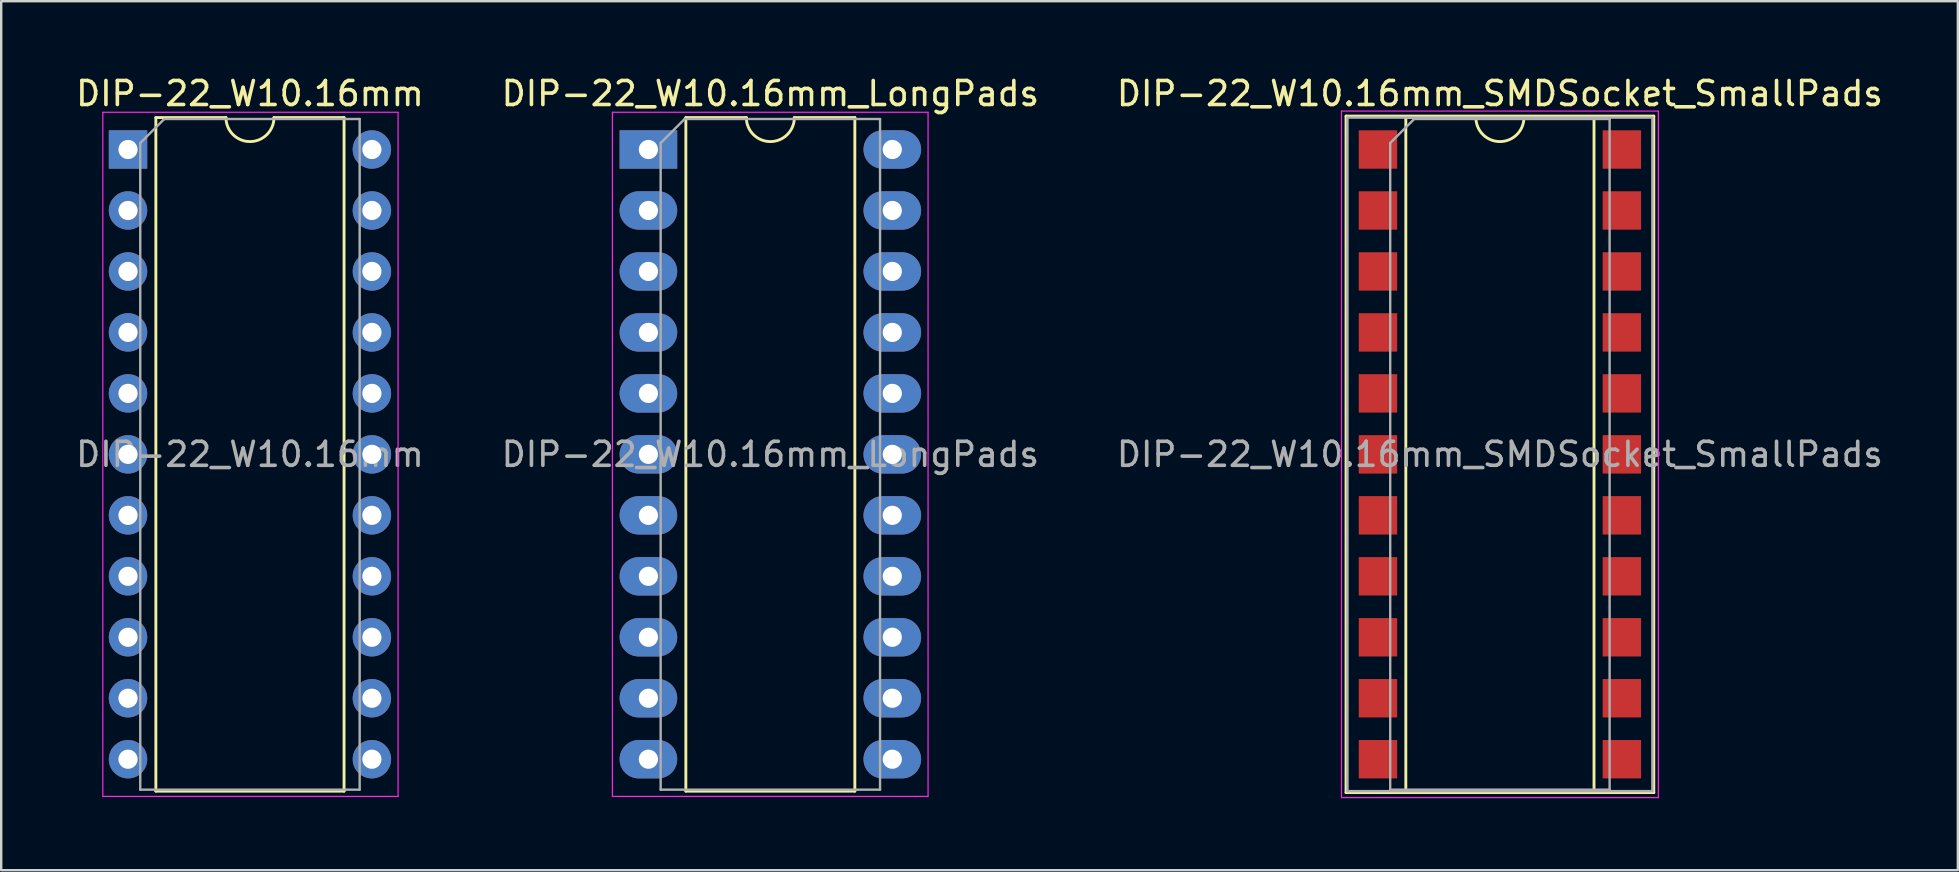
<source format=kicad_pcb>
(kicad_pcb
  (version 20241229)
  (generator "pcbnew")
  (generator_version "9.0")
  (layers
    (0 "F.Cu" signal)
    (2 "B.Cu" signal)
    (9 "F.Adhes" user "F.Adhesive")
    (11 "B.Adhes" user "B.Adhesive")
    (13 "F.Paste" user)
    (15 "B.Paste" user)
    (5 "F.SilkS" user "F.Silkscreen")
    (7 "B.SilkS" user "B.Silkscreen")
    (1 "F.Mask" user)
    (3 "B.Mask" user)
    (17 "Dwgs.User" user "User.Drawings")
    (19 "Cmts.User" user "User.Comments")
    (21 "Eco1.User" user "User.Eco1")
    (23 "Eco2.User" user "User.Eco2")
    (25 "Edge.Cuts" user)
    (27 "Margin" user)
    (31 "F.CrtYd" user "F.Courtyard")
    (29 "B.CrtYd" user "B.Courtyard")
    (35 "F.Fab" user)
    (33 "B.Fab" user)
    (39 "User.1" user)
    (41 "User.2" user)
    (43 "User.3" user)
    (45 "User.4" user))
  (footprint "DIP-22_W10.16mm_SMDSocket_SmallPads"
    (layer "F.Cu")
    (at 59.435 15.878)
    (property "Reference" "DIP-22_W10.16mm_SMDSocket_SmallPads" (at 0 -15.03 0) (layer "F.SilkS") (effects (font (size 1 1) (thickness 0.15))))
    (attr smd)
    (fp_line (start -6.41 -14.09) (end -6.41 14.09) (stroke (width 0.12) (type solid)) (layer "F.SilkS"))
    (fp_line (start -6.41 14.09) (end 6.41 14.09) (stroke (width 0.12) (type solid)) (layer "F.SilkS"))
    (fp_line (start -3.92 -14.03) (end -3.92 14.03) (stroke (width 0.12) (type solid)) (layer "F.SilkS"))
    (fp_line (start -3.92 14.03) (end 3.92 14.03) (stroke (width 0.12) (type solid)) (layer "F.SilkS"))
    (fp_line (start -1 -14.03) (end -3.92 -14.03) (stroke (width 0.12) (type solid)) (layer "F.SilkS"))
    (fp_line (start 3.92 -14.03) (end 1 -14.03) (stroke (width 0.12) (type solid)) (layer "F.SilkS"))
    (fp_line (start 3.92 14.03) (end 3.92 -14.03) (stroke (width 0.12) (type solid)) (layer "F.SilkS"))
    (fp_line (start 6.41 -14.09) (end -6.41 -14.09) (stroke (width 0.12) (type solid)) (layer "F.SilkS"))
    (fp_line (start 6.41 14.09) (end 6.41 -14.09) (stroke (width 0.12) (type solid)) (layer "F.SilkS"))
    (fp_arc (start 1 -14.03) (mid 0 -13.03) (end -1 -14.03) (stroke (width 0.12) (type solid)) (layer "F.SilkS"))
    (fp_line (start -6.6 -14.3) (end -6.6 14.3) (stroke (width 0.05) (type solid)) (layer "F.CrtYd"))
    (fp_line (start -6.6 14.3) (end 6.6 14.3) (stroke (width 0.05) (type solid)) (layer "F.CrtYd"))
    (fp_line (start 6.6 -14.3) (end -6.6 -14.3) (stroke (width 0.05) (type solid)) (layer "F.CrtYd"))
    (fp_line (start 6.6 14.3) (end 6.6 -14.3) (stroke (width 0.05) (type solid)) (layer "F.CrtYd"))
    (fp_line (start -6.35 -14.03) (end -6.35 14.03) (stroke (width 0.1) (type solid)) (layer "F.Fab"))
    (fp_line (start -6.35 14.03) (end 6.35 14.03) (stroke (width 0.1) (type solid)) (layer "F.Fab"))
    (fp_line (start -4.57 -12.97) (end -3.57 -13.97) (stroke (width 0.1) (type solid)) (layer "F.Fab"))
    (fp_line (start -4.57 13.97) (end -4.57 -12.97) (stroke (width 0.1) (type solid)) (layer "F.Fab"))
    (fp_line (start -3.57 -13.97) (end 4.57 -13.97) (stroke (width 0.1) (type solid)) (layer "F.Fab"))
    (fp_line (start 4.57 -13.97) (end 4.57 13.97) (stroke (width 0.1) (type solid)) (layer "F.Fab"))
    (fp_line (start 4.57 13.97) (end -4.57 13.97) (stroke (width 0.1) (type solid)) (layer "F.Fab"))
    (fp_line (start 6.35 -14.03) (end -6.35 -14.03) (stroke (width 0.1) (type solid)) (layer "F.Fab"))
    (fp_line (start 6.35 14.03) (end 6.35 -14.03) (stroke (width 0.1) (type solid)) (layer "F.Fab"))
    (fp_text user "${REFERENCE}" (at 0 0 0) (layer "F.Fab") (effects (font (size 1 1) (thickness 0.15))))
    (pad "1" smd rect (at -5.08 -12.7) (size 1.6 1.6) (layers "F.Cu" "F.Mask" "F.Paste"))
    (pad "2" smd rect (at -5.08 -10.16) (size 1.6 1.6) (layers "F.Cu" "F.Mask" "F.Paste"))
    (pad "3" smd rect (at -5.08 -7.62) (size 1.6 1.6) (layers "F.Cu" "F.Mask" "F.Paste"))
    (pad "4" smd rect (at -5.08 -5.08) (size 1.6 1.6) (layers "F.Cu" "F.Mask" "F.Paste"))
    (pad "5" smd rect (at -5.08 -2.54) (size 1.6 1.6) (layers "F.Cu" "F.Mask" "F.Paste"))
    (pad "6" smd rect (at -5.08 0) (size 1.6 1.6) (layers "F.Cu" "F.Mask" "F.Paste"))
    (pad "7" smd rect (at -5.08 2.54) (size 1.6 1.6) (layers "F.Cu" "F.Mask" "F.Paste"))
    (pad "8" smd rect (at -5.08 5.08) (size 1.6 1.6) (layers "F.Cu" "F.Mask" "F.Paste"))
    (pad "9" smd rect (at -5.08 7.62) (size 1.6 1.6) (layers "F.Cu" "F.Mask" "F.Paste"))
    (pad "10" smd rect (at -5.08 10.16) (size 1.6 1.6) (layers "F.Cu" "F.Mask" "F.Paste"))
    (pad "11" smd rect (at -5.08 12.7) (size 1.6 1.6) (layers "F.Cu" "F.Mask" "F.Paste"))
    (pad "12" smd rect (at 5.08 12.7) (size 1.6 1.6) (layers "F.Cu" "F.Mask" "F.Paste"))
    (pad "13" smd rect (at 5.08 10.16) (size 1.6 1.6) (layers "F.Cu" "F.Mask" "F.Paste"))
    (pad "14" smd rect (at 5.08 7.62) (size 1.6 1.6) (layers "F.Cu" "F.Mask" "F.Paste"))
    (pad "15" smd rect (at 5.08 5.08) (size 1.6 1.6) (layers "F.Cu" "F.Mask" "F.Paste"))
    (pad "16" smd rect (at 5.08 2.54) (size 1.6 1.6) (layers "F.Cu" "F.Mask" "F.Paste"))
    (pad "17" smd rect (at 5.08 0) (size 1.6 1.6) (layers "F.Cu" "F.Mask" "F.Paste"))
    (pad "18" smd rect (at 5.08 -2.54) (size 1.6 1.6) (layers "F.Cu" "F.Mask" "F.Paste"))
    (pad "19" smd rect (at 5.08 -5.08) (size 1.6 1.6) (layers "F.Cu" "F.Mask" "F.Paste"))
    (pad "20" smd rect (at 5.08 -7.62) (size 1.6 1.6) (layers "F.Cu" "F.Mask" "F.Paste"))
    (pad "21" smd rect (at 5.08 -10.16) (size 1.6 1.6) (layers "F.Cu" "F.Mask" "F.Paste"))
    (pad "22" smd rect (at 5.08 -12.7) (size 1.6 1.6) (layers "F.Cu" "F.Mask" "F.Paste")))
  (footprint "DIP-22_W10.16mm_LongPads"
    (layer "F.Cu")
    (at 23.962 3.178)
    (property "Reference" "DIP-22_W10.16mm_LongPads" (at 5.08 -2.33 0) (layer "F.SilkS") (effects (font (size 1 1) (thickness 0.15))))
    (attr through_hole)
    (fp_line (start 1.56 -1.33) (end 1.56 26.73) (stroke (width 0.12) (type solid)) (layer "F.SilkS"))
    (fp_line (start 1.56 26.73) (end 8.6 26.73) (stroke (width 0.12) (type solid)) (layer "F.SilkS"))
    (fp_line (start 4.08 -1.33) (end 1.56 -1.33) (stroke (width 0.12) (type solid)) (layer "F.SilkS"))
    (fp_line (start 8.6 -1.33) (end 6.08 -1.33) (stroke (width 0.12) (type solid)) (layer "F.SilkS"))
    (fp_line (start 8.6 26.73) (end 8.6 -1.33) (stroke (width 0.12) (type solid)) (layer "F.SilkS"))
    (fp_arc (start 6.08 -1.33) (mid 5.08 -0.33) (end 4.08 -1.33) (stroke (width 0.12) (type solid)) (layer "F.SilkS"))
    (fp_line (start -1.5 -1.55) (end -1.5 26.95) (stroke (width 0.05) (type solid)) (layer "F.CrtYd"))
    (fp_line (start -1.5 26.95) (end 11.65 26.95) (stroke (width 0.05) (type solid)) (layer "F.CrtYd"))
    (fp_line (start 11.65 -1.55) (end -1.5 -1.55) (stroke (width 0.05) (type solid)) (layer "F.CrtYd"))
    (fp_line (start 11.65 26.95) (end 11.65 -1.55) (stroke (width 0.05) (type solid)) (layer "F.CrtYd"))
    (fp_line (start 0.51 -0.27) (end 1.51 -1.27) (stroke (width 0.1) (type solid)) (layer "F.Fab"))
    (fp_line (start 0.51 26.67) (end 0.51 -0.27) (stroke (width 0.1) (type solid)) (layer "F.Fab"))
    (fp_line (start 1.51 -1.27) (end 9.65 -1.27) (stroke (width 0.1) (type solid)) (layer "F.Fab"))
    (fp_line (start 9.65 -1.27) (end 9.65 26.67) (stroke (width 0.1) (type solid)) (layer "F.Fab"))
    (fp_line (start 9.65 26.67) (end 0.51 26.67) (stroke (width 0.1) (type solid)) (layer "F.Fab"))
    (fp_text user "${REFERENCE}" (at 5.08 12.7 0) (layer "F.Fab") (effects (font (size 1 1) (thickness 0.15))))
    (pad "1" thru_hole rect (at 0 0) (size 2.4 1.6) (drill 0.8) (layers "*.Cu" "*.Mask"))
    (pad "2" thru_hole oval (at 0 2.54) (size 2.4 1.6) (drill 0.8) (layers "*.Cu" "*.Mask"))
    (pad "3" thru_hole oval (at 0 5.08) (size 2.4 1.6) (drill 0.8) (layers "*.Cu" "*.Mask"))
    (pad "4" thru_hole oval (at 0 7.62) (size 2.4 1.6) (drill 0.8) (layers "*.Cu" "*.Mask"))
    (pad "5" thru_hole oval (at 0 10.16) (size 2.4 1.6) (drill 0.8) (layers "*.Cu" "*.Mask"))
    (pad "6" thru_hole oval (at 0 12.7) (size 2.4 1.6) (drill 0.8) (layers "*.Cu" "*.Mask"))
    (pad "7" thru_hole oval (at 0 15.24) (size 2.4 1.6) (drill 0.8) (layers "*.Cu" "*.Mask"))
    (pad "8" thru_hole oval (at 0 17.78) (size 2.4 1.6) (drill 0.8) (layers "*.Cu" "*.Mask"))
    (pad "9" thru_hole oval (at 0 20.32) (size 2.4 1.6) (drill 0.8) (layers "*.Cu" "*.Mask"))
    (pad "10" thru_hole oval (at 0 22.86) (size 2.4 1.6) (drill 0.8) (layers "*.Cu" "*.Mask"))
    (pad "11" thru_hole oval (at 0 25.4) (size 2.4 1.6) (drill 0.8) (layers "*.Cu" "*.Mask"))
    (pad "12" thru_hole oval (at 10.16 25.4) (size 2.4 1.6) (drill 0.8) (layers "*.Cu" "*.Mask"))
    (pad "13" thru_hole oval (at 10.16 22.86) (size 2.4 1.6) (drill 0.8) (layers "*.Cu" "*.Mask"))
    (pad "14" thru_hole oval (at 10.16 20.32) (size 2.4 1.6) (drill 0.8) (layers "*.Cu" "*.Mask"))
    (pad "15" thru_hole oval (at 10.16 17.78) (size 2.4 1.6) (drill 0.8) (layers "*.Cu" "*.Mask"))
    (pad "16" thru_hole oval (at 10.16 15.24) (size 2.4 1.6) (drill 0.8) (layers "*.Cu" "*.Mask"))
    (pad "17" thru_hole oval (at 10.16 12.7) (size 2.4 1.6) (drill 0.8) (layers "*.Cu" "*.Mask"))
    (pad "18" thru_hole oval (at 10.16 10.16) (size 2.4 1.6) (drill 0.8) (layers "*.Cu" "*.Mask"))
    (pad "19" thru_hole oval (at 10.16 7.62) (size 2.4 1.6) (drill 0.8) (layers "*.Cu" "*.Mask"))
    (pad "20" thru_hole oval (at 10.16 5.08) (size 2.4 1.6) (drill 0.8) (layers "*.Cu" "*.Mask"))
    (pad "21" thru_hole oval (at 10.16 2.54) (size 2.4 1.6) (drill 0.8) (layers "*.Cu" "*.Mask"))
    (pad "22" thru_hole oval (at 10.16 0) (size 2.4 1.6) (drill 0.8) (layers "*.Cu" "*.Mask")))
  (footprint "DIP-22_W10.16mm"
    (layer "F.Cu")
    (at 2.283 3.178)
    (property "Reference" "DIP-22_W10.16mm" (at 5.08 -2.33 0) (layer "F.SilkS") (effects (font (size 1 1) (thickness 0.15))))
    (attr through_hole)
    (fp_line (start 1.16 -1.33) (end 1.16 26.73) (stroke (width 0.12) (type solid)) (layer "F.SilkS"))
    (fp_line (start 1.16 26.73) (end 9 26.73) (stroke (width 0.12) (type solid)) (layer "F.SilkS"))
    (fp_line (start 4.08 -1.33) (end 1.16 -1.33) (stroke (width 0.12) (type solid)) (layer "F.SilkS"))
    (fp_line (start 9 -1.33) (end 6.08 -1.33) (stroke (width 0.12) (type solid)) (layer "F.SilkS"))
    (fp_line (start 9 26.73) (end 9 -1.33) (stroke (width 0.12) (type solid)) (layer "F.SilkS"))
    (fp_arc (start 6.08 -1.33) (mid 5.08 -0.33) (end 4.08 -1.33) (stroke (width 0.12) (type solid)) (layer "F.SilkS"))
    (fp_line (start -1.05 -1.55) (end -1.05 26.95) (stroke (width 0.05) (type solid)) (layer "F.CrtYd"))
    (fp_line (start -1.05 26.95) (end 11.25 26.95) (stroke (width 0.05) (type solid)) (layer "F.CrtYd"))
    (fp_line (start 11.25 -1.55) (end -1.05 -1.55) (stroke (width 0.05) (type solid)) (layer "F.CrtYd"))
    (fp_line (start 11.25 26.95) (end 11.25 -1.55) (stroke (width 0.05) (type solid)) (layer "F.CrtYd"))
    (fp_line (start 0.51 -0.27) (end 1.51 -1.27) (stroke (width 0.1) (type solid)) (layer "F.Fab"))
    (fp_line (start 0.51 26.67) (end 0.51 -0.27) (stroke (width 0.1) (type solid)) (layer "F.Fab"))
    (fp_line (start 1.51 -1.27) (end 9.65 -1.27) (stroke (width 0.1) (type solid)) (layer "F.Fab"))
    (fp_line (start 9.65 -1.27) (end 9.65 26.67) (stroke (width 0.1) (type solid)) (layer "F.Fab"))
    (fp_line (start 9.65 26.67) (end 0.51 26.67) (stroke (width 0.1) (type solid)) (layer "F.Fab"))
    (fp_text user "${REFERENCE}" (at 5.08 12.7 0) (layer "F.Fab") (effects (font (size 1 1) (thickness 0.15))))
    (pad "1" thru_hole rect (at 0 0) (size 1.6 1.6) (drill 0.8) (layers "*.Cu" "*.Mask"))
    (pad "2" thru_hole oval (at 0 2.54) (size 1.6 1.6) (drill 0.8) (layers "*.Cu" "*.Mask"))
    (pad "3" thru_hole oval (at 0 5.08) (size 1.6 1.6) (drill 0.8) (layers "*.Cu" "*.Mask"))
    (pad "4" thru_hole oval (at 0 7.62) (size 1.6 1.6) (drill 0.8) (layers "*.Cu" "*.Mask"))
    (pad "5" thru_hole oval (at 0 10.16) (size 1.6 1.6) (drill 0.8) (layers "*.Cu" "*.Mask"))
    (pad "6" thru_hole oval (at 0 12.7) (size 1.6 1.6) (drill 0.8) (layers "*.Cu" "*.Mask"))
    (pad "7" thru_hole oval (at 0 15.24) (size 1.6 1.6) (drill 0.8) (layers "*.Cu" "*.Mask"))
    (pad "8" thru_hole oval (at 0 17.78) (size 1.6 1.6) (drill 0.8) (layers "*.Cu" "*.Mask"))
    (pad "9" thru_hole oval (at 0 20.32) (size 1.6 1.6) (drill 0.8) (layers "*.Cu" "*.Mask"))
    (pad "10" thru_hole oval (at 0 22.86) (size 1.6 1.6) (drill 0.8) (layers "*.Cu" "*.Mask"))
    (pad "11" thru_hole oval (at 0 25.4) (size 1.6 1.6) (drill 0.8) (layers "*.Cu" "*.Mask"))
    (pad "12" thru_hole oval (at 10.16 25.4) (size 1.6 1.6) (drill 0.8) (layers "*.Cu" "*.Mask"))
    (pad "13" thru_hole oval (at 10.16 22.86) (size 1.6 1.6) (drill 0.8) (layers "*.Cu" "*.Mask"))
    (pad "14" thru_hole oval (at 10.16 20.32) (size 1.6 1.6) (drill 0.8) (layers "*.Cu" "*.Mask"))
    (pad "15" thru_hole oval (at 10.16 17.78) (size 1.6 1.6) (drill 0.8) (layers "*.Cu" "*.Mask"))
    (pad "16" thru_hole oval (at 10.16 15.24) (size 1.6 1.6) (drill 0.8) (layers "*.Cu" "*.Mask"))
    (pad "17" thru_hole oval (at 10.16 12.7) (size 1.6 1.6) (drill 0.8) (layers "*.Cu" "*.Mask"))
    (pad "18" thru_hole oval (at 10.16 10.16) (size 1.6 1.6) (drill 0.8) (layers "*.Cu" "*.Mask"))
    (pad "19" thru_hole oval (at 10.16 7.62) (size 1.6 1.6) (drill 0.8) (layers "*.Cu" "*.Mask"))
    (pad "20" thru_hole oval (at 10.16 5.08) (size 1.6 1.6) (drill 0.8) (layers "*.Cu" "*.Mask"))
    (pad "21" thru_hole oval (at 10.16 2.54) (size 1.6 1.6) (drill 0.8) (layers "*.Cu" "*.Mask"))
    (pad "22" thru_hole oval (at 10.16 0) (size 1.6 1.6) (drill 0.8) (layers "*.Cu" "*.Mask")))
  (gr_rect
    (start -3 -3)
    (end 78.512 33.203)
    (stroke (width 0.1) (type default))
    (fill no)
    (layer "Edge.Cuts")))
</source>
